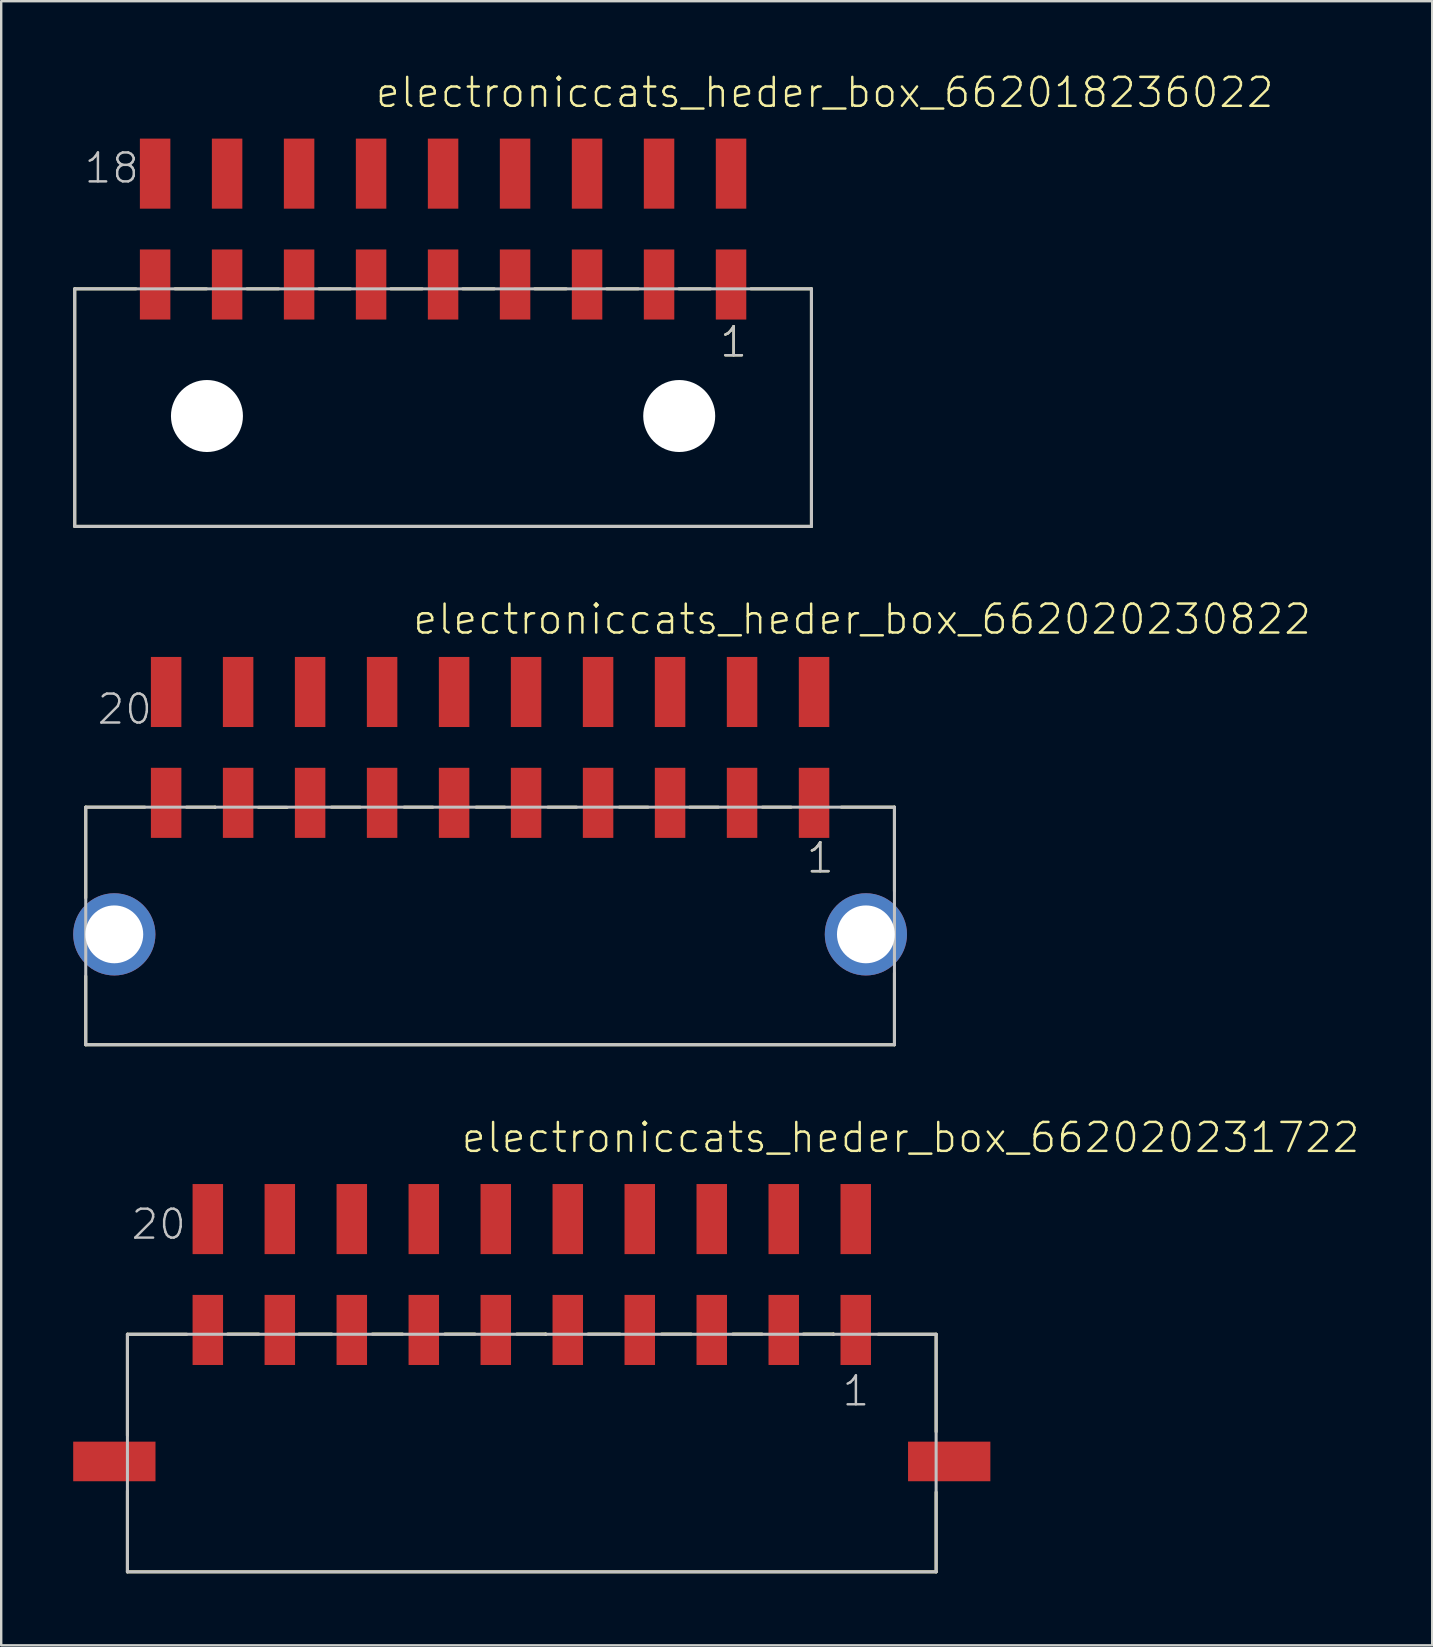
<source format=kicad_pcb>
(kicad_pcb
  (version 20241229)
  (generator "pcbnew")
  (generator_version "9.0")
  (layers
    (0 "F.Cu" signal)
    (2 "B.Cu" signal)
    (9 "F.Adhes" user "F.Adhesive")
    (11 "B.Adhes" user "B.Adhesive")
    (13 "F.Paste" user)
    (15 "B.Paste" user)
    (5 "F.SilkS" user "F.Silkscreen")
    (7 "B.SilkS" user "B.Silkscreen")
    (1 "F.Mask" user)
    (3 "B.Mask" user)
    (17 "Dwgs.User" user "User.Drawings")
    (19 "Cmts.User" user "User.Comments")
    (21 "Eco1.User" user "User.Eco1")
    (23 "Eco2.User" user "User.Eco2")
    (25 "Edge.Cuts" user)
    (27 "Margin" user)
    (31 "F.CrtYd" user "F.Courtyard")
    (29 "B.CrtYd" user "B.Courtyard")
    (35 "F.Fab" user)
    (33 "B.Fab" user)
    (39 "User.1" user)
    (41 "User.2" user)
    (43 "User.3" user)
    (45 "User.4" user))
  (footprint "electroniccats_heder_box_662020230822"
    (layer "F.Cu")
    (at 17.373 35.886)
    (property "Reference" "electroniccats_heder_box_662020230822" (at -3.285 -12.425 0) (layer "F.SilkS") (effects (font (size 1.206 1.206) (thickness 0.102)) (justify left bottom)))
    (attr through_hole)
    (fp_line (start -16.85 -5.3) (end -16.85 -1.52) (stroke (width 0.127) (type solid)) (layer "F.SilkS"))
    (fp_line (start -16.85 1.74) (end -16.85 4.6) (stroke (width 0.127) (type solid)) (layer "F.SilkS"))
    (fp_line (start -16.85 4.6) (end 16.85 4.6) (stroke (width 0.127) (type solid)) (layer "F.SilkS"))
    (fp_line (start -14.39 -5.3) (end -16.85 -5.3) (stroke (width 0.127) (type solid)) (layer "F.SilkS"))
    (fp_line (start -12.65 -5.3) (end -11.46 -5.3) (stroke (width 0.127) (type solid)) (layer "F.SilkS"))
    (fp_line (start -11.46 -5.3) (end -11.46 -5.29) (stroke (width 0.127) (type solid)) (layer "F.SilkS"))
    (fp_line (start -9.65 -5.29) (end -8.46 -5.29) (stroke (width 0.127) (type solid)) (layer "F.SilkS"))
    (fp_line (start -6.61 -5.3) (end -5.42 -5.3) (stroke (width 0.127) (type solid)) (layer "F.SilkS"))
    (fp_line (start -3.58 -5.3) (end -2.39 -5.3) (stroke (width 0.127) (type solid)) (layer "F.SilkS"))
    (fp_line (start -0.58 -5.3) (end 0.61 -5.3) (stroke (width 0.127) (type solid)) (layer "F.SilkS"))
    (fp_line (start 2.41 -5.3) (end 3.6 -5.3) (stroke (width 0.127) (type solid)) (layer "F.SilkS"))
    (fp_line (start 5.39 -5.3) (end 6.58 -5.3) (stroke (width 0.127) (type solid)) (layer "F.SilkS"))
    (fp_line (start 8.32 -5.3) (end 9.51 -5.3) (stroke (width 0.127) (type solid)) (layer "F.SilkS"))
    (fp_line (start 11.35 -5.3) (end 12.54 -5.3) (stroke (width 0.127) (type solid)) (layer "F.SilkS"))
    (fp_line (start 14.64 -5.3) (end 16.85 -5.3) (stroke (width 0.127) (type solid)) (layer "F.SilkS"))
    (fp_line (start 16.85 -5.3) (end 16.85 -1.8) (stroke (width 0.127) (type solid)) (layer "F.SilkS"))
    (fp_line (start 16.85 4.6) (end 16.85 1.61) (stroke (width 0.127) (type solid)) (layer "F.SilkS"))
    (fp_line (start -16.85 -5.3) (end 16.85 -5.3) (stroke (width 0.127) (type solid)) (layer "Dwgs.User"))
    (fp_line (start -16.85 4.6) (end -16.85 -5.3) (stroke (width 0.127) (type solid)) (layer "Dwgs.User"))
    (fp_line (start 16.85 -5.3) (end 16.85 4.6) (stroke (width 0.127) (type solid)) (layer "Dwgs.User"))
    (fp_line (start 16.85 4.6) (end -16.85 4.6) (stroke (width 0.127) (type solid)) (layer "Dwgs.User"))
    (fp_text user "1" (at 13.115 -2.48 0) (layer "F.SilkS") (effects (font (size 1.206 1.206) (thickness 0.102)) (justify left bottom)))
    (fp_text user "1" (at 13.115 -2.48 0) (layer "Dwgs.User") (effects (font (size 1.206 1.206) (thickness 0.102)) (justify left bottom)))
    (fp_text user "20" (at -16.44 -8.675 0) (layer "Dwgs.User") (effects (font (size 1.206 1.206) (thickness 0.102)) (justify left bottom)))
    (pad "1" smd rect (at 13.5 -5.48 90) (size 2.92 1.27) (layers "F.Cu" "F.Mask" "F.Paste"))
    (pad "2" smd rect (at 10.5 -5.48 90) (size 2.92 1.27) (layers "F.Cu" "F.Mask" "F.Paste"))
    (pad "3" smd rect (at 7.5 -5.48 90) (size 2.92 1.27) (layers "F.Cu" "F.Mask" "F.Paste"))
    (pad "4" smd rect (at 4.5 -5.48 90) (size 2.92 1.27) (layers "F.Cu" "F.Mask" "F.Paste"))
    (pad "5" smd rect (at 1.5 -5.48 90) (size 2.92 1.27) (layers "F.Cu" "F.Mask" "F.Paste"))
    (pad "6" smd rect (at -1.5 -5.48 90) (size 2.92 1.27) (layers "F.Cu" "F.Mask" "F.Paste"))
    (pad "7" smd rect (at -4.5 -5.48 90) (size 2.92 1.27) (layers "F.Cu" "F.Mask" "F.Paste"))
    (pad "8" smd rect (at -7.5 -5.48 90) (size 2.92 1.27) (layers "F.Cu" "F.Mask" "F.Paste"))
    (pad "9" smd rect (at -10.5 -5.48 90) (size 2.92 1.27) (layers "F.Cu" "F.Mask" "F.Paste"))
    (pad "10" smd rect (at -13.5 -5.48 90) (size 2.92 1.27) (layers "F.Cu" "F.Mask" "F.Paste"))
    (pad "11" smd rect (at 13.5 -10.1 90) (size 2.92 1.27) (layers "F.Cu" "F.Mask" "F.Paste"))
    (pad "12" smd rect (at 10.5 -10.1 90) (size 2.92 1.27) (layers "F.Cu" "F.Mask" "F.Paste"))
    (pad "13" smd rect (at 7.5 -10.1 90) (size 2.92 1.27) (layers "F.Cu" "F.Mask" "F.Paste"))
    (pad "14" smd rect (at 4.5 -10.1 90) (size 2.92 1.27) (layers "F.Cu" "F.Mask" "F.Paste"))
    (pad "15" smd rect (at 1.5 -10.1 90) (size 2.92 1.27) (layers "F.Cu" "F.Mask" "F.Paste"))
    (pad "16" smd rect (at -1.5 -10.1 90) (size 2.92 1.27) (layers "F.Cu" "F.Mask" "F.Paste"))
    (pad "17" smd rect (at -4.5 -10.1 90) (size 2.92 1.27) (layers "F.Cu" "F.Mask" "F.Paste"))
    (pad "18" smd rect (at -7.5 -10.1 90) (size 2.92 1.27) (layers "F.Cu" "F.Mask" "F.Paste"))
    (pad "19" smd rect (at -10.5 -10.1 90) (size 2.92 1.27) (layers "F.Cu" "F.Mask" "F.Paste"))
    (pad "20" smd rect (at -13.5 -10.1 90) (size 2.92 1.27) (layers "F.Cu" "F.Mask" "F.Paste"))
    (pad "Z1" thru_hole circle (at -15.66 0) (size 3.426 3.426) (drill 2.41) (layers "*.Cu" "*.Mask"))
    (pad "Z2" thru_hole circle (at 15.66 0) (size 3.426 3.426) (drill 2.41) (layers "*.Cu" "*.Mask")))
  (footprint "electroniccats_heder_box_662018236022"
    (layer "F.Cu")
    (at 15.414 14.286)
    (property "Reference" "electroniccats_heder_box_662018236022" (at -2.885 -12.775 0) (layer "F.SilkS") (effects (font (size 1.206 1.206) (thickness 0.102)) (justify left bottom)))
    (attr through_hole)
    (fp_line (start -15.35 -5.3) (end -15.35 4.6) (stroke (width 0.127) (type solid)) (layer "F.SilkS"))
    (fp_line (start -15.35 4.6) (end 15.35 4.6) (stroke (width 0.127) (type solid)) (layer "F.SilkS"))
    (fp_line (start -12.8 -5.3) (end -15.35 -5.3) (stroke (width 0.127) (type solid)) (layer "F.SilkS"))
    (fp_line (start -11.17 -5.3) (end -9.86 -5.3) (stroke (width 0.127) (type solid)) (layer "F.SilkS"))
    (fp_line (start -8.17 -5.3) (end -6.86 -5.3) (stroke (width 0.127) (type solid)) (layer "F.SilkS"))
    (fp_line (start -5.17 -5.3) (end -3.86 -5.3) (stroke (width 0.127) (type solid)) (layer "F.SilkS"))
    (fp_line (start -2.18 -5.3) (end -0.87 -5.3) (stroke (width 0.127) (type solid)) (layer "F.SilkS"))
    (fp_line (start 0.82 -5.3) (end 2.13 -5.3) (stroke (width 0.127) (type solid)) (layer "F.SilkS"))
    (fp_line (start 3.82 -5.3) (end 5.13 -5.3) (stroke (width 0.127) (type solid)) (layer "F.SilkS"))
    (fp_line (start 6.82 -5.3) (end 8.13 -5.3) (stroke (width 0.127) (type solid)) (layer "F.SilkS"))
    (fp_line (start 9.83 -5.3) (end 11.14 -5.3) (stroke (width 0.127) (type solid)) (layer "F.SilkS"))
    (fp_line (start 12.83 -5.3) (end 15.35 -5.3) (stroke (width 0.127) (type solid)) (layer "F.SilkS"))
    (fp_line (start 15.35 4.6) (end 15.35 -5.3) (stroke (width 0.127) (type solid)) (layer "F.SilkS"))
    (fp_line (start -15.35 -5.3) (end 15.35 -5.3) (stroke (width 0.127) (type solid)) (layer "Dwgs.User"))
    (fp_line (start -15.35 4.6) (end -15.35 -5.3) (stroke (width 0.127) (type solid)) (layer "Dwgs.User"))
    (fp_line (start 15.35 -5.3) (end 15.35 4.6) (stroke (width 0.127) (type solid)) (layer "Dwgs.User"))
    (fp_line (start 15.35 4.6) (end -15.35 4.6) (stroke (width 0.127) (type solid)) (layer "Dwgs.User"))
    (fp_text user "1" (at 11.465 -2.38 0) (layer "F.SilkS") (effects (font (size 1.206 1.206) (thickness 0.102)) (justify left bottom)))
    (fp_text user "18" (at -15.025 -9.625 0) (layer "Dwgs.User") (effects (font (size 1.206 1.206) (thickness 0.102)) (justify left bottom)))
    (fp_text user "1" (at 11.465 -2.38 0) (layer "Dwgs.User") (effects (font (size 1.206 1.206) (thickness 0.102)) (justify left bottom)))
    (pad "" np_thru_hole circle (at -9.84 0) (size 3 3) (drill 3) (layers "*.Cu"))
    (pad "" np_thru_hole circle (at 9.84 0) (size 3 3) (drill 3) (layers "*.Cu"))
    (pad "1" smd rect (at 12 -5.48 90) (size 2.92 1.27) (layers "F.Cu" "F.Mask" "F.Paste"))
    (pad "2" smd rect (at 9 -5.48 90) (size 2.92 1.27) (layers "F.Cu" "F.Mask" "F.Paste"))
    (pad "3" smd rect (at 6 -5.48 90) (size 2.92 1.27) (layers "F.Cu" "F.Mask" "F.Paste"))
    (pad "4" smd rect (at 3 -5.48 90) (size 2.92 1.27) (layers "F.Cu" "F.Mask" "F.Paste"))
    (pad "5" smd rect (at 0 -5.48 90) (size 2.92 1.27) (layers "F.Cu" "F.Mask" "F.Paste"))
    (pad "6" smd rect (at -3 -5.48 90) (size 2.92 1.27) (layers "F.Cu" "F.Mask" "F.Paste"))
    (pad "7" smd rect (at -6 -5.48 90) (size 2.92 1.27) (layers "F.Cu" "F.Mask" "F.Paste"))
    (pad "8" smd rect (at -9 -5.48 90) (size 2.92 1.27) (layers "F.Cu" "F.Mask" "F.Paste"))
    (pad "9" smd rect (at -12 -5.48 90) (size 2.92 1.27) (layers "F.Cu" "F.Mask" "F.Paste"))
    (pad "10" smd rect (at 12 -10.1 90) (size 2.92 1.27) (layers "F.Cu" "F.Mask" "F.Paste"))
    (pad "11" smd rect (at 9 -10.1 90) (size 2.92 1.27) (layers "F.Cu" "F.Mask" "F.Paste"))
    (pad "12" smd rect (at 6 -10.1 90) (size 2.92 1.27) (layers "F.Cu" "F.Mask" "F.Paste"))
    (pad "13" smd rect (at 3 -10.1 90) (size 2.92 1.27) (layers "F.Cu" "F.Mask" "F.Paste"))
    (pad "14" smd rect (at 0 -10.1 90) (size 2.92 1.27) (layers "F.Cu" "F.Mask" "F.Paste"))
    (pad "15" smd rect (at -3 -10.1 90) (size 2.92 1.27) (layers "F.Cu" "F.Mask" "F.Paste"))
    (pad "16" smd rect (at -6 -10.1 90) (size 2.92 1.27) (layers "F.Cu" "F.Mask" "F.Paste"))
    (pad "17" smd rect (at -9 -10.1 90) (size 2.92 1.27) (layers "F.Cu" "F.Mask" "F.Paste"))
    (pad "18" smd rect (at -12 -10.1 90) (size 2.92 1.27) (layers "F.Cu" "F.Mask" "F.Paste")))
  (footprint "electroniccats_heder_box_662020231722"
    (layer "F.Cu")
    (at 19.11 57.851)
    (property "Reference" "electroniccats_heder_box_662020231722" (at -3 -12.79 0) (layer "F.SilkS") (effects (font (size 1.206 1.206) (thickness 0.102)) (justify left bottom)))
    (attr through_hole)
    (fp_line (start -16.85 -5.3) (end -16.85 -1.08) (stroke (width 0.127) (type solid)) (layer "F.SilkS"))
    (fp_line (start -16.85 1.22) (end -16.85 4.6) (stroke (width 0.127) (type solid)) (layer "F.SilkS"))
    (fp_line (start -16.85 4.6) (end 16.85 4.6) (stroke (width 0.127) (type solid)) (layer "F.SilkS"))
    (fp_line (start -14.38 -5.3) (end -16.85 -5.3) (stroke (width 0.127) (type solid)) (layer "F.SilkS"))
    (fp_line (start -12.67 -5.31) (end -11.38 -5.31) (stroke (width 0.127) (type solid)) (layer "F.SilkS"))
    (fp_line (start -9.7 -5.31) (end -8.34 -5.31) (stroke (width 0.127) (type solid)) (layer "F.SilkS"))
    (fp_line (start -6.64 -5.31) (end -5.39 -5.31) (stroke (width 0.127) (type solid)) (layer "F.SilkS"))
    (fp_line (start -3.62 -5.31) (end -2.37 -5.31) (stroke (width 0.127) (type solid)) (layer "F.SilkS"))
    (fp_line (start -0.62 -5.31) (end 0.58 -5.31) (stroke (width 0.127) (type solid)) (layer "F.SilkS"))
    (fp_line (start 0.58 -5.31) (end 0.58 -5.29) (stroke (width 0.127) (type solid)) (layer "F.SilkS"))
    (fp_line (start 2.35 -5.31) (end 3.67 -5.31) (stroke (width 0.127) (type solid)) (layer "F.SilkS"))
    (fp_line (start 5.41 -5.31) (end 6.64 -5.31) (stroke (width 0.127) (type solid)) (layer "F.SilkS"))
    (fp_line (start 8.38 -5.31) (end 9.59 -5.31) (stroke (width 0.127) (type solid)) (layer "F.SilkS"))
    (fp_line (start 11.32 -5.31) (end 12.57 -5.31) (stroke (width 0.127) (type solid)) (layer "F.SilkS"))
    (fp_line (start 12.57 -5.31) (end 12.57 -5.29) (stroke (width 0.127) (type solid)) (layer "F.SilkS"))
    (fp_line (start 14.44 -5.3) (end 16.85 -5.3) (stroke (width 0.127) (type solid)) (layer "F.SilkS"))
    (fp_line (start 16.85 -5.3) (end 16.85 -1.24) (stroke (width 0.127) (type solid)) (layer "F.SilkS"))
    (fp_line (start 16.85 4.6) (end 16.85 1.28) (stroke (width 0.127) (type solid)) (layer "F.SilkS"))
    (fp_line (start -16.85 -5.3) (end 16.85 -5.3) (stroke (width 0.127) (type solid)) (layer "Dwgs.User"))
    (fp_line (start -16.85 4.6) (end -16.85 -5.3) (stroke (width 0.127) (type solid)) (layer "Dwgs.User"))
    (fp_line (start 16.85 -5.3) (end 16.85 4.6) (stroke (width 0.127) (type solid)) (layer "Dwgs.User"))
    (fp_line (start 16.85 4.6) (end -16.85 4.6) (stroke (width 0.127) (type solid)) (layer "Dwgs.User"))
    (fp_text user "1" (at 12.865 -2.23 0) (layer "Dwgs.User") (effects (font (size 1.206 1.206) (thickness 0.102)) (justify left bottom)))
    (fp_text user "20" (at -16.765 -9.175 0) (layer "Dwgs.User") (effects (font (size 1.206 1.206) (thickness 0.102)) (justify left bottom)))
    (pad "1" smd rect (at 13.5 -5.48 90) (size 2.92 1.27) (layers "F.Cu" "F.Mask" "F.Paste"))
    (pad "2" smd rect (at 10.5 -5.48 90) (size 2.92 1.27) (layers "F.Cu" "F.Mask" "F.Paste"))
    (pad "3" smd rect (at 7.5 -5.48 90) (size 2.92 1.27) (layers "F.Cu" "F.Mask" "F.Paste"))
    (pad "4" smd rect (at 4.5 -5.48 90) (size 2.92 1.27) (layers "F.Cu" "F.Mask" "F.Paste"))
    (pad "5" smd rect (at 1.5 -5.48 90) (size 2.92 1.27) (layers "F.Cu" "F.Mask" "F.Paste"))
    (pad "6" smd rect (at -1.5 -5.48 90) (size 2.92 1.27) (layers "F.Cu" "F.Mask" "F.Paste"))
    (pad "7" smd rect (at -4.5 -5.48 90) (size 2.92 1.27) (layers "F.Cu" "F.Mask" "F.Paste"))
    (pad "8" smd rect (at -7.5 -5.48 90) (size 2.92 1.27) (layers "F.Cu" "F.Mask" "F.Paste"))
    (pad "9" smd rect (at -10.5 -5.48 90) (size 2.92 1.27) (layers "F.Cu" "F.Mask" "F.Paste"))
    (pad "10" smd rect (at -13.5 -5.48 90) (size 2.92 1.27) (layers "F.Cu" "F.Mask" "F.Paste"))
    (pad "11" smd rect (at 13.5 -10.1 90) (size 2.92 1.27) (layers "F.Cu" "F.Mask" "F.Paste"))
    (pad "12" smd rect (at 10.5 -10.1 90) (size 2.92 1.27) (layers "F.Cu" "F.Mask" "F.Paste"))
    (pad "13" smd rect (at 7.5 -10.1 90) (size 2.92 1.27) (layers "F.Cu" "F.Mask" "F.Paste"))
    (pad "14" smd rect (at 4.5 -10.1 90) (size 2.92 1.27) (layers "F.Cu" "F.Mask" "F.Paste"))
    (pad "15" smd rect (at 1.5 -10.1 90) (size 2.92 1.27) (layers "F.Cu" "F.Mask" "F.Paste"))
    (pad "16" smd rect (at -1.5 -10.1 90) (size 2.92 1.27) (layers "F.Cu" "F.Mask" "F.Paste"))
    (pad "17" smd rect (at -4.5 -10.1 90) (size 2.92 1.27) (layers "F.Cu" "F.Mask" "F.Paste"))
    (pad "18" smd rect (at -7.5 -10.1 90) (size 2.92 1.27) (layers "F.Cu" "F.Mask" "F.Paste"))
    (pad "19" smd rect (at -10.5 -10.1 90) (size 2.92 1.27) (layers "F.Cu" "F.Mask" "F.Paste"))
    (pad "20" smd rect (at -13.5 -10.1 90) (size 2.92 1.27) (layers "F.Cu" "F.Mask" "F.Paste"))
    (pad "M1" smd rect (at 17.395 0) (size 3.43 1.65) (layers "F.Cu" "F.Mask" "F.Paste"))
    (pad "M2" smd rect (at -17.395 0) (size 3.43 1.65) (layers "F.Cu" "F.Mask" "F.Paste")))
  (gr_rect
    (start -3 -3)
    (end 56.632 65.514)
    (stroke (width 0.1) (type default))
    (fill no)
    (layer "Edge.Cuts")))
</source>
